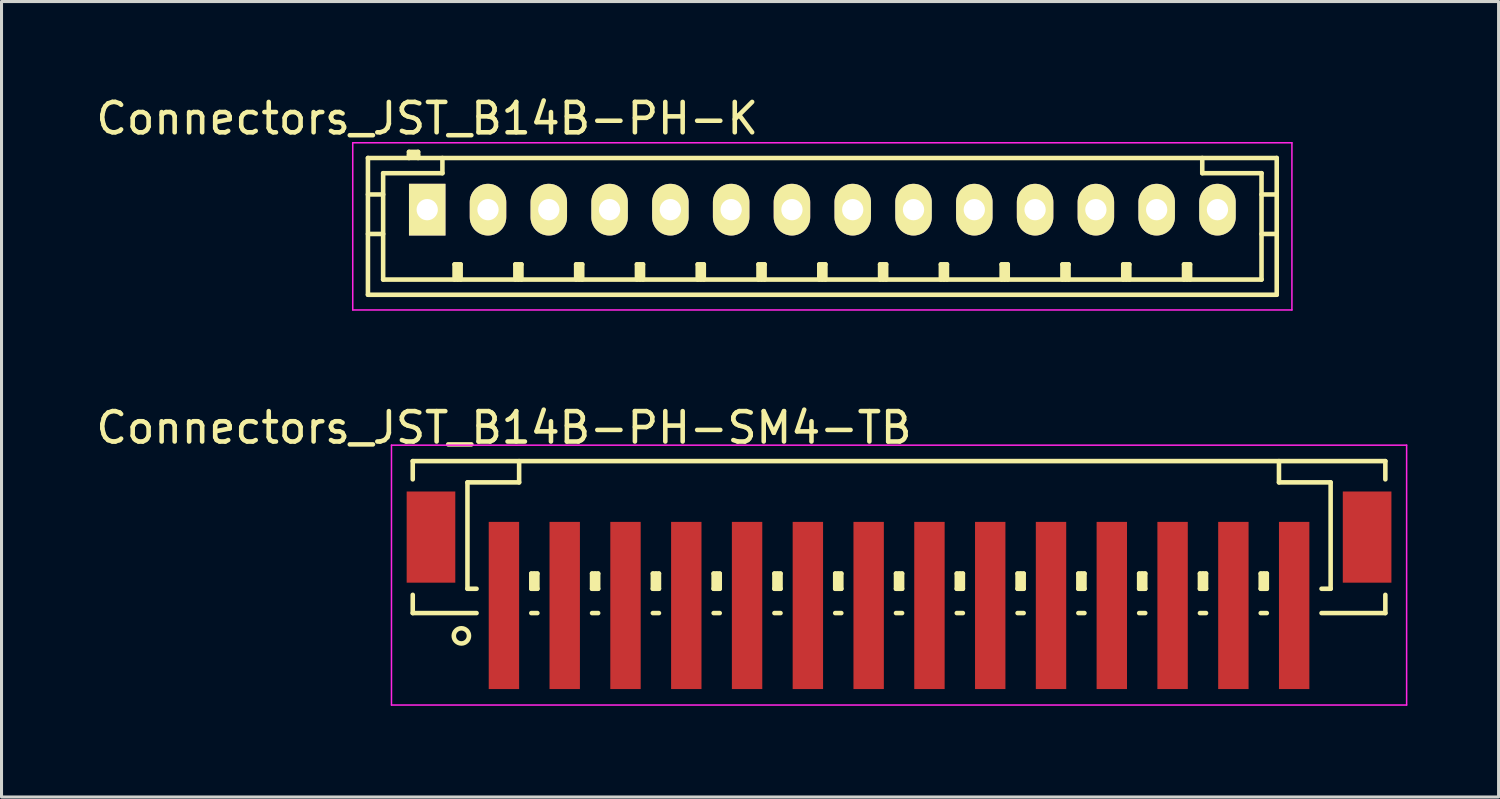
<source format=kicad_pcb>
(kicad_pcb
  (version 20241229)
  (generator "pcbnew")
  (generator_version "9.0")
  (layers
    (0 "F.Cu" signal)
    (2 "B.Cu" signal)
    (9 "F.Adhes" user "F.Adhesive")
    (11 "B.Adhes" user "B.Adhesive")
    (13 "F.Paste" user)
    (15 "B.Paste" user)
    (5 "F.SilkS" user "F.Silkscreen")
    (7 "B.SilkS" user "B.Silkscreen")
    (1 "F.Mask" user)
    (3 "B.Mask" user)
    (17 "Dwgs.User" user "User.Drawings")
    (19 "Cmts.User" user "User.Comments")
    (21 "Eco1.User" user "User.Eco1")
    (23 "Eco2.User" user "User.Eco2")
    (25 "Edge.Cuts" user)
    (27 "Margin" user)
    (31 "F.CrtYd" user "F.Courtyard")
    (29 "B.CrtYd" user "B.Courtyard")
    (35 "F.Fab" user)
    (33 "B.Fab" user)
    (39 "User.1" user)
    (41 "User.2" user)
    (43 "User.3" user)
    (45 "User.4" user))
  (footprint "Connectors_JST_B14B-PH-SM4-TB"
    (layer "F.Cu")
    (at 26.53 15.746)
    (property "Reference" "Connectors_JST_B14B-PH-SM4-TB" (at -13 -4.725 0) (layer "F.SilkS") (effects (font (size 1 1) (thickness 0.15))))
    (attr smd)
    (fp_line (start -16 -3.625) (end 16 -3.625) (stroke (width 0.15) (type solid)) (layer "F.SilkS"))
    (fp_line (start -16 -3.025) (end -16 -3.625) (stroke (width 0.15) (type solid)) (layer "F.SilkS"))
    (fp_line (start -16 0.775) (end -16 1.375) (stroke (width 0.15) (type solid)) (layer "F.SilkS"))
    (fp_line (start -16 1.375) (end -13.9 1.375) (stroke (width 0.15) (type solid)) (layer "F.SilkS"))
    (fp_line (start -14.2 -2.925) (end -14.2 0.575) (stroke (width 0.15) (type solid)) (layer "F.SilkS"))
    (fp_line (start -14.2 0.575) (end -13.9 0.575) (stroke (width 0.15) (type solid)) (layer "F.SilkS"))
    (fp_line (start -12.5 -3.625) (end -12.5 -2.925) (stroke (width 0.15) (type solid)) (layer "F.SilkS"))
    (fp_line (start -12.5 -2.925) (end -14.2 -2.925) (stroke (width 0.15) (type solid)) (layer "F.SilkS"))
    (fp_line (start -12.1 0.075) (end -11.9 0.075) (stroke (width 0.15) (type solid)) (layer "F.SilkS"))
    (fp_line (start -12.1 0.575) (end -12.1 0.075) (stroke (width 0.15) (type solid)) (layer "F.SilkS"))
    (fp_line (start -12.1 0.575) (end -11.9 0.575) (stroke (width 0.15) (type solid)) (layer "F.SilkS"))
    (fp_line (start -12.1 1.375) (end -11.9 1.375) (stroke (width 0.15) (type solid)) (layer "F.SilkS"))
    (fp_line (start -12 0.575) (end -12 0.075) (stroke (width 0.15) (type solid)) (layer "F.SilkS"))
    (fp_line (start -11.9 0.075) (end -11.9 0.575) (stroke (width 0.15) (type solid)) (layer "F.SilkS"))
    (fp_line (start -10.1 0.075) (end -9.9 0.075) (stroke (width 0.15) (type solid)) (layer "F.SilkS"))
    (fp_line (start -10.1 0.575) (end -10.1 0.075) (stroke (width 0.15) (type solid)) (layer "F.SilkS"))
    (fp_line (start -10.1 0.575) (end -9.9 0.575) (stroke (width 0.15) (type solid)) (layer "F.SilkS"))
    (fp_line (start -10.1 1.375) (end -9.9 1.375) (stroke (width 0.15) (type solid)) (layer "F.SilkS"))
    (fp_line (start -10 0.575) (end -10 0.075) (stroke (width 0.15) (type solid)) (layer "F.SilkS"))
    (fp_line (start -9.9 0.075) (end -9.9 0.575) (stroke (width 0.15) (type solid)) (layer "F.SilkS"))
    (fp_line (start -8.1 0.075) (end -7.9 0.075) (stroke (width 0.15) (type solid)) (layer "F.SilkS"))
    (fp_line (start -8.1 0.575) (end -8.1 0.075) (stroke (width 0.15) (type solid)) (layer "F.SilkS"))
    (fp_line (start -8.1 0.575) (end -7.9 0.575) (stroke (width 0.15) (type solid)) (layer "F.SilkS"))
    (fp_line (start -8.1 1.375) (end -7.9 1.375) (stroke (width 0.15) (type solid)) (layer "F.SilkS"))
    (fp_line (start -8 0.575) (end -8 0.075) (stroke (width 0.15) (type solid)) (layer "F.SilkS"))
    (fp_line (start -7.9 0.075) (end -7.9 0.575) (stroke (width 0.15) (type solid)) (layer "F.SilkS"))
    (fp_line (start -6.1 0.075) (end -5.9 0.075) (stroke (width 0.15) (type solid)) (layer "F.SilkS"))
    (fp_line (start -6.1 0.575) (end -6.1 0.075) (stroke (width 0.15) (type solid)) (layer "F.SilkS"))
    (fp_line (start -6.1 0.575) (end -5.9 0.575) (stroke (width 0.15) (type solid)) (layer "F.SilkS"))
    (fp_line (start -6.1 1.375) (end -5.9 1.375) (stroke (width 0.15) (type solid)) (layer "F.SilkS"))
    (fp_line (start -6 0.575) (end -6 0.075) (stroke (width 0.15) (type solid)) (layer "F.SilkS"))
    (fp_line (start -5.9 0.075) (end -5.9 0.575) (stroke (width 0.15) (type solid)) (layer "F.SilkS"))
    (fp_line (start -4.1 0.075) (end -3.9 0.075) (stroke (width 0.15) (type solid)) (layer "F.SilkS"))
    (fp_line (start -4.1 0.575) (end -4.1 0.075) (stroke (width 0.15) (type solid)) (layer "F.SilkS"))
    (fp_line (start -4.1 0.575) (end -3.9 0.575) (stroke (width 0.15) (type solid)) (layer "F.SilkS"))
    (fp_line (start -4.1 1.375) (end -3.9 1.375) (stroke (width 0.15) (type solid)) (layer "F.SilkS"))
    (fp_line (start -4 0.575) (end -4 0.075) (stroke (width 0.15) (type solid)) (layer "F.SilkS"))
    (fp_line (start -3.9 0.075) (end -3.9 0.575) (stroke (width 0.15) (type solid)) (layer "F.SilkS"))
    (fp_line (start -2.1 0.075) (end -1.9 0.075) (stroke (width 0.15) (type solid)) (layer "F.SilkS"))
    (fp_line (start -2.1 0.575) (end -2.1 0.075) (stroke (width 0.15) (type solid)) (layer "F.SilkS"))
    (fp_line (start -2.1 0.575) (end -1.9 0.575) (stroke (width 0.15) (type solid)) (layer "F.SilkS"))
    (fp_line (start -2.1 1.375) (end -1.9 1.375) (stroke (width 0.15) (type solid)) (layer "F.SilkS"))
    (fp_line (start -2 0.575) (end -2 0.075) (stroke (width 0.15) (type solid)) (layer "F.SilkS"))
    (fp_line (start -1.9 0.075) (end -1.9 0.575) (stroke (width 0.15) (type solid)) (layer "F.SilkS"))
    (fp_line (start -0.1 0.075) (end 0.1 0.075) (stroke (width 0.15) (type solid)) (layer "F.SilkS"))
    (fp_line (start -0.1 0.575) (end -0.1 0.075) (stroke (width 0.15) (type solid)) (layer "F.SilkS"))
    (fp_line (start -0.1 0.575) (end 0.1 0.575) (stroke (width 0.15) (type solid)) (layer "F.SilkS"))
    (fp_line (start -0.1 1.375) (end 0.1 1.375) (stroke (width 0.15) (type solid)) (layer "F.SilkS"))
    (fp_line (start 0 0.575) (end 0 0.075) (stroke (width 0.15) (type solid)) (layer "F.SilkS"))
    (fp_line (start 0.1 0.075) (end 0.1 0.575) (stroke (width 0.15) (type solid)) (layer "F.SilkS"))
    (fp_line (start 1.9 0.075) (end 2.1 0.075) (stroke (width 0.15) (type solid)) (layer "F.SilkS"))
    (fp_line (start 1.9 0.575) (end 1.9 0.075) (stroke (width 0.15) (type solid)) (layer "F.SilkS"))
    (fp_line (start 1.9 0.575) (end 2.1 0.575) (stroke (width 0.15) (type solid)) (layer "F.SilkS"))
    (fp_line (start 1.9 1.375) (end 2.1 1.375) (stroke (width 0.15) (type solid)) (layer "F.SilkS"))
    (fp_line (start 2 0.575) (end 2 0.075) (stroke (width 0.15) (type solid)) (layer "F.SilkS"))
    (fp_line (start 2.1 0.075) (end 2.1 0.575) (stroke (width 0.15) (type solid)) (layer "F.SilkS"))
    (fp_line (start 3.9 0.075) (end 4.1 0.075) (stroke (width 0.15) (type solid)) (layer "F.SilkS"))
    (fp_line (start 3.9 0.575) (end 3.9 0.075) (stroke (width 0.15) (type solid)) (layer "F.SilkS"))
    (fp_line (start 3.9 0.575) (end 4.1 0.575) (stroke (width 0.15) (type solid)) (layer "F.SilkS"))
    (fp_line (start 3.9 1.375) (end 4.1 1.375) (stroke (width 0.15) (type solid)) (layer "F.SilkS"))
    (fp_line (start 4 0.575) (end 4 0.075) (stroke (width 0.15) (type solid)) (layer "F.SilkS"))
    (fp_line (start 4.1 0.075) (end 4.1 0.575) (stroke (width 0.15) (type solid)) (layer "F.SilkS"))
    (fp_line (start 5.9 0.075) (end 6.1 0.075) (stroke (width 0.15) (type solid)) (layer "F.SilkS"))
    (fp_line (start 5.9 0.575) (end 5.9 0.075) (stroke (width 0.15) (type solid)) (layer "F.SilkS"))
    (fp_line (start 5.9 0.575) (end 6.1 0.575) (stroke (width 0.15) (type solid)) (layer "F.SilkS"))
    (fp_line (start 5.9 1.375) (end 6.1 1.375) (stroke (width 0.15) (type solid)) (layer "F.SilkS"))
    (fp_line (start 6 0.575) (end 6 0.075) (stroke (width 0.15) (type solid)) (layer "F.SilkS"))
    (fp_line (start 6.1 0.075) (end 6.1 0.575) (stroke (width 0.15) (type solid)) (layer "F.SilkS"))
    (fp_line (start 7.9 0.075) (end 8.1 0.075) (stroke (width 0.15) (type solid)) (layer "F.SilkS"))
    (fp_line (start 7.9 0.575) (end 7.9 0.075) (stroke (width 0.15) (type solid)) (layer "F.SilkS"))
    (fp_line (start 7.9 0.575) (end 8.1 0.575) (stroke (width 0.15) (type solid)) (layer "F.SilkS"))
    (fp_line (start 7.9 1.375) (end 8.1 1.375) (stroke (width 0.15) (type solid)) (layer "F.SilkS"))
    (fp_line (start 8 0.575) (end 8 0.075) (stroke (width 0.15) (type solid)) (layer "F.SilkS"))
    (fp_line (start 8.1 0.075) (end 8.1 0.575) (stroke (width 0.15) (type solid)) (layer "F.SilkS"))
    (fp_line (start 9.9 0.075) (end 10.1 0.075) (stroke (width 0.15) (type solid)) (layer "F.SilkS"))
    (fp_line (start 9.9 0.575) (end 9.9 0.075) (stroke (width 0.15) (type solid)) (layer "F.SilkS"))
    (fp_line (start 9.9 0.575) (end 10.1 0.575) (stroke (width 0.15) (type solid)) (layer "F.SilkS"))
    (fp_line (start 9.9 1.375) (end 10.1 1.375) (stroke (width 0.15) (type solid)) (layer "F.SilkS"))
    (fp_line (start 10 0.575) (end 10 0.075) (stroke (width 0.15) (type solid)) (layer "F.SilkS"))
    (fp_line (start 10.1 0.075) (end 10.1 0.575) (stroke (width 0.15) (type solid)) (layer "F.SilkS"))
    (fp_line (start 11.9 0.075) (end 12.1 0.075) (stroke (width 0.15) (type solid)) (layer "F.SilkS"))
    (fp_line (start 11.9 0.575) (end 11.9 0.075) (stroke (width 0.15) (type solid)) (layer "F.SilkS"))
    (fp_line (start 11.9 0.575) (end 12.1 0.575) (stroke (width 0.15) (type solid)) (layer "F.SilkS"))
    (fp_line (start 11.9 1.375) (end 12.1 1.375) (stroke (width 0.15) (type solid)) (layer "F.SilkS"))
    (fp_line (start 12 0.575) (end 12 0.075) (stroke (width 0.15) (type solid)) (layer "F.SilkS"))
    (fp_line (start 12.1 0.075) (end 12.1 0.575) (stroke (width 0.15) (type solid)) (layer "F.SilkS"))
    (fp_line (start 12.5 -3.625) (end 12.5 -2.925) (stroke (width 0.15) (type solid)) (layer "F.SilkS"))
    (fp_line (start 12.5 -2.925) (end 14.2 -2.925) (stroke (width 0.15) (type solid)) (layer "F.SilkS"))
    (fp_line (start 14.2 -2.925) (end 14.2 0.575) (stroke (width 0.15) (type solid)) (layer "F.SilkS"))
    (fp_line (start 14.2 0.575) (end 13.9 0.575) (stroke (width 0.15) (type solid)) (layer "F.SilkS"))
    (fp_line (start 16 -3.625) (end 16 -3.025) (stroke (width 0.15) (type solid)) (layer "F.SilkS"))
    (fp_line (start 16 0.775) (end 16 1.375) (stroke (width 0.15) (type solid)) (layer "F.SilkS"))
    (fp_line (start 16 1.375) (end 13.9 1.375) (stroke (width 0.15) (type solid)) (layer "F.SilkS"))
    (fp_circle (center -14.4 2.125) (end -14.15 2.125) (stroke (width 0.15) (type solid)) (fill no) (layer "F.SilkS"))
    (fp_line (start -16.7 -4.15) (end 16.7 -4.15) (stroke (width 0.05) (type solid)) (layer "F.CrtYd"))
    (fp_line (start -16.7 4.4) (end -16.7 -4.15) (stroke (width 0.05) (type solid)) (layer "F.CrtYd"))
    (fp_line (start 16.7 -4.15) (end 16.7 4.4) (stroke (width 0.05) (type solid)) (layer "F.CrtYd"))
    (fp_line (start 16.7 4.4) (end -16.7 4.4) (stroke (width 0.05) (type solid)) (layer "F.CrtYd"))
    (pad "" smd rect (at -15.4 -1.125) (size 1.6 3) (layers "F.Cu" "F.Mask" "F.Paste"))
    (pad "" smd rect (at 15.4 -1.125) (size 1.6 3) (layers "F.Cu" "F.Mask" "F.Paste"))
    (pad "1" smd rect (at -13 1.125) (size 1 5.5) (layers "F.Cu" "F.Mask" "F.Paste"))
    (pad "2" smd rect (at -11 1.125) (size 1 5.5) (layers "F.Cu" "F.Mask" "F.Paste"))
    (pad "3" smd rect (at -9 1.125) (size 1 5.5) (layers "F.Cu" "F.Mask" "F.Paste"))
    (pad "4" smd rect (at -7 1.125) (size 1 5.5) (layers "F.Cu" "F.Mask" "F.Paste"))
    (pad "5" smd rect (at -5 1.125) (size 1 5.5) (layers "F.Cu" "F.Mask" "F.Paste"))
    (pad "6" smd rect (at -3 1.125) (size 1 5.5) (layers "F.Cu" "F.Mask" "F.Paste"))
    (pad "7" smd rect (at -1 1.125) (size 1 5.5) (layers "F.Cu" "F.Mask" "F.Paste"))
    (pad "8" smd rect (at 1 1.125) (size 1 5.5) (layers "F.Cu" "F.Mask" "F.Paste"))
    (pad "9" smd rect (at 3 1.125) (size 1 5.5) (layers "F.Cu" "F.Mask" "F.Paste"))
    (pad "10" smd rect (at 5 1.125) (size 1 5.5) (layers "F.Cu" "F.Mask" "F.Paste"))
    (pad "11" smd rect (at 7 1.125) (size 1 5.5) (layers "F.Cu" "F.Mask" "F.Paste"))
    (pad "12" smd rect (at 9 1.125) (size 1 5.5) (layers "F.Cu" "F.Mask" "F.Paste"))
    (pad "13" smd rect (at 11 1.125) (size 1 5.5) (layers "F.Cu" "F.Mask" "F.Paste"))
    (pad "14" smd rect (at 13 1.125) (size 1 5.5) (layers "F.Cu" "F.Mask" "F.Paste")))
  (footprint "Connectors_JST_B14B-PH-K"
    (layer "F.Cu")
    (at 11.006 3.848)
    (property "Reference" "Connectors_JST_B14B-PH-K" (at 0 -3 0) (layer "F.SilkS") (effects (font (size 1 1) (thickness 0.15))))
    (attr through_hole)
    (fp_line (start -1.95 -1.7) (end 27.95 -1.7) (stroke (width 0.15) (type solid)) (layer "F.SilkS"))
    (fp_line (start -1.95 -0.5) (end -1.45 -0.5) (stroke (width 0.15) (type solid)) (layer "F.SilkS"))
    (fp_line (start -1.95 0.8) (end -1.45 0.8) (stroke (width 0.15) (type solid)) (layer "F.SilkS"))
    (fp_line (start -1.95 2.8) (end -1.95 -1.7) (stroke (width 0.15) (type solid)) (layer "F.SilkS"))
    (fp_line (start -1.45 -1.2) (end -1.45 2.3) (stroke (width 0.15) (type solid)) (layer "F.SilkS"))
    (fp_line (start -1.45 2.3) (end 27.45 2.3) (stroke (width 0.15) (type solid)) (layer "F.SilkS"))
    (fp_line (start -0.6 -1.9) (end -0.6 -1.7) (stroke (width 0.15) (type solid)) (layer "F.SilkS"))
    (fp_line (start -0.3 -1.9) (end -0.6 -1.9) (stroke (width 0.15) (type solid)) (layer "F.SilkS"))
    (fp_line (start -0.3 -1.8) (end -0.6 -1.8) (stroke (width 0.15) (type solid)) (layer "F.SilkS"))
    (fp_line (start -0.3 -1.7) (end -0.3 -1.9) (stroke (width 0.15) (type solid)) (layer "F.SilkS"))
    (fp_line (start 0.5 -1.7) (end 0.5 -1.2) (stroke (width 0.15) (type solid)) (layer "F.SilkS"))
    (fp_line (start 0.5 -1.2) (end -1.45 -1.2) (stroke (width 0.15) (type solid)) (layer "F.SilkS"))
    (fp_line (start 0.9 1.8) (end 1.1 1.8) (stroke (width 0.15) (type solid)) (layer "F.SilkS"))
    (fp_line (start 0.9 2.3) (end 0.9 1.8) (stroke (width 0.15) (type solid)) (layer "F.SilkS"))
    (fp_line (start 1 2.3) (end 1 1.8) (stroke (width 0.15) (type solid)) (layer "F.SilkS"))
    (fp_line (start 1.1 1.8) (end 1.1 2.3) (stroke (width 0.15) (type solid)) (layer "F.SilkS"))
    (fp_line (start 2.9 1.8) (end 3.1 1.8) (stroke (width 0.15) (type solid)) (layer "F.SilkS"))
    (fp_line (start 2.9 2.3) (end 2.9 1.8) (stroke (width 0.15) (type solid)) (layer "F.SilkS"))
    (fp_line (start 3 2.3) (end 3 1.8) (stroke (width 0.15) (type solid)) (layer "F.SilkS"))
    (fp_line (start 3.1 1.8) (end 3.1 2.3) (stroke (width 0.15) (type solid)) (layer "F.SilkS"))
    (fp_line (start 4.9 1.8) (end 5.1 1.8) (stroke (width 0.15) (type solid)) (layer "F.SilkS"))
    (fp_line (start 4.9 2.3) (end 4.9 1.8) (stroke (width 0.15) (type solid)) (layer "F.SilkS"))
    (fp_line (start 5 2.3) (end 5 1.8) (stroke (width 0.15) (type solid)) (layer "F.SilkS"))
    (fp_line (start 5.1 1.8) (end 5.1 2.3) (stroke (width 0.15) (type solid)) (layer "F.SilkS"))
    (fp_line (start 6.9 1.8) (end 7.1 1.8) (stroke (width 0.15) (type solid)) (layer "F.SilkS"))
    (fp_line (start 6.9 2.3) (end 6.9 1.8) (stroke (width 0.15) (type solid)) (layer "F.SilkS"))
    (fp_line (start 7 2.3) (end 7 1.8) (stroke (width 0.15) (type solid)) (layer "F.SilkS"))
    (fp_line (start 7.1 1.8) (end 7.1 2.3) (stroke (width 0.15) (type solid)) (layer "F.SilkS"))
    (fp_line (start 8.9 1.8) (end 9.1 1.8) (stroke (width 0.15) (type solid)) (layer "F.SilkS"))
    (fp_line (start 8.9 2.3) (end 8.9 1.8) (stroke (width 0.15) (type solid)) (layer "F.SilkS"))
    (fp_line (start 9 2.3) (end 9 1.8) (stroke (width 0.15) (type solid)) (layer "F.SilkS"))
    (fp_line (start 9.1 1.8) (end 9.1 2.3) (stroke (width 0.15) (type solid)) (layer "F.SilkS"))
    (fp_line (start 10.9 1.8) (end 11.1 1.8) (stroke (width 0.15) (type solid)) (layer "F.SilkS"))
    (fp_line (start 10.9 2.3) (end 10.9 1.8) (stroke (width 0.15) (type solid)) (layer "F.SilkS"))
    (fp_line (start 11 2.3) (end 11 1.8) (stroke (width 0.15) (type solid)) (layer "F.SilkS"))
    (fp_line (start 11.1 1.8) (end 11.1 2.3) (stroke (width 0.15) (type solid)) (layer "F.SilkS"))
    (fp_line (start 12.9 1.8) (end 13.1 1.8) (stroke (width 0.15) (type solid)) (layer "F.SilkS"))
    (fp_line (start 12.9 2.3) (end 12.9 1.8) (stroke (width 0.15) (type solid)) (layer "F.SilkS"))
    (fp_line (start 13 2.3) (end 13 1.8) (stroke (width 0.15) (type solid)) (layer "F.SilkS"))
    (fp_line (start 13.1 1.8) (end 13.1 2.3) (stroke (width 0.15) (type solid)) (layer "F.SilkS"))
    (fp_line (start 14.9 1.8) (end 15.1 1.8) (stroke (width 0.15) (type solid)) (layer "F.SilkS"))
    (fp_line (start 14.9 2.3) (end 14.9 1.8) (stroke (width 0.15) (type solid)) (layer "F.SilkS"))
    (fp_line (start 15 2.3) (end 15 1.8) (stroke (width 0.15) (type solid)) (layer "F.SilkS"))
    (fp_line (start 15.1 1.8) (end 15.1 2.3) (stroke (width 0.15) (type solid)) (layer "F.SilkS"))
    (fp_line (start 16.9 1.8) (end 17.1 1.8) (stroke (width 0.15) (type solid)) (layer "F.SilkS"))
    (fp_line (start 16.9 2.3) (end 16.9 1.8) (stroke (width 0.15) (type solid)) (layer "F.SilkS"))
    (fp_line (start 17 2.3) (end 17 1.8) (stroke (width 0.15) (type solid)) (layer "F.SilkS"))
    (fp_line (start 17.1 1.8) (end 17.1 2.3) (stroke (width 0.15) (type solid)) (layer "F.SilkS"))
    (fp_line (start 18.9 1.8) (end 19.1 1.8) (stroke (width 0.15) (type solid)) (layer "F.SilkS"))
    (fp_line (start 18.9 2.3) (end 18.9 1.8) (stroke (width 0.15) (type solid)) (layer "F.SilkS"))
    (fp_line (start 19 2.3) (end 19 1.8) (stroke (width 0.15) (type solid)) (layer "F.SilkS"))
    (fp_line (start 19.1 1.8) (end 19.1 2.3) (stroke (width 0.15) (type solid)) (layer "F.SilkS"))
    (fp_line (start 20.9 1.8) (end 21.1 1.8) (stroke (width 0.15) (type solid)) (layer "F.SilkS"))
    (fp_line (start 20.9 2.3) (end 20.9 1.8) (stroke (width 0.15) (type solid)) (layer "F.SilkS"))
    (fp_line (start 21 2.3) (end 21 1.8) (stroke (width 0.15) (type solid)) (layer "F.SilkS"))
    (fp_line (start 21.1 1.8) (end 21.1 2.3) (stroke (width 0.15) (type solid)) (layer "F.SilkS"))
    (fp_line (start 22.9 1.8) (end 23.1 1.8) (stroke (width 0.15) (type solid)) (layer "F.SilkS"))
    (fp_line (start 22.9 2.3) (end 22.9 1.8) (stroke (width 0.15) (type solid)) (layer "F.SilkS"))
    (fp_line (start 23 2.3) (end 23 1.8) (stroke (width 0.15) (type solid)) (layer "F.SilkS"))
    (fp_line (start 23.1 1.8) (end 23.1 2.3) (stroke (width 0.15) (type solid)) (layer "F.SilkS"))
    (fp_line (start 24.9 1.8) (end 25.1 1.8) (stroke (width 0.15) (type solid)) (layer "F.SilkS"))
    (fp_line (start 24.9 2.3) (end 24.9 1.8) (stroke (width 0.15) (type solid)) (layer "F.SilkS"))
    (fp_line (start 25 2.3) (end 25 1.8) (stroke (width 0.15) (type solid)) (layer "F.SilkS"))
    (fp_line (start 25.1 1.8) (end 25.1 2.3) (stroke (width 0.15) (type solid)) (layer "F.SilkS"))
    (fp_line (start 25.5 -1.2) (end 25.5 -1.7) (stroke (width 0.15) (type solid)) (layer "F.SilkS"))
    (fp_line (start 27.45 -1.2) (end 25.5 -1.2) (stroke (width 0.15) (type solid)) (layer "F.SilkS"))
    (fp_line (start 27.45 -0.5) (end 27.95 -0.5) (stroke (width 0.15) (type solid)) (layer "F.SilkS"))
    (fp_line (start 27.45 0.8) (end 27.95 0.8) (stroke (width 0.15) (type solid)) (layer "F.SilkS"))
    (fp_line (start 27.45 2.3) (end 27.45 -1.2) (stroke (width 0.15) (type solid)) (layer "F.SilkS"))
    (fp_line (start 27.95 -1.7) (end 27.95 2.8) (stroke (width 0.15) (type solid)) (layer "F.SilkS"))
    (fp_line (start 27.95 2.8) (end -1.95 2.8) (stroke (width 0.15) (type solid)) (layer "F.SilkS"))
    (fp_line (start -2.45 -2.2) (end 28.45 -2.2) (stroke (width 0.05) (type solid)) (layer "F.CrtYd"))
    (fp_line (start -2.45 3.3) (end -2.45 -2.2) (stroke (width 0.05) (type solid)) (layer "F.CrtYd"))
    (fp_line (start 28.45 -2.2) (end 28.45 3.3) (stroke (width 0.05) (type solid)) (layer "F.CrtYd"))
    (fp_line (start 28.45 3.3) (end -2.45 3.3) (stroke (width 0.05) (type solid)) (layer "F.CrtYd"))
    (pad "1" thru_hole rect (at 0 0) (size 1.2 1.7) (drill 0.7) (layers "*.Cu" "*.Mask" "F.SilkS"))
    (pad "2" thru_hole oval (at 2 0) (size 1.2 1.7) (drill 0.7) (layers "*.Cu" "*.Mask" "F.SilkS"))
    (pad "3" thru_hole oval (at 4 0) (size 1.2 1.7) (drill 0.7) (layers "*.Cu" "*.Mask" "F.SilkS"))
    (pad "4" thru_hole oval (at 6 0) (size 1.2 1.7) (drill 0.7) (layers "*.Cu" "*.Mask" "F.SilkS"))
    (pad "5" thru_hole oval (at 8 0) (size 1.2 1.7) (drill 0.7) (layers "*.Cu" "*.Mask" "F.SilkS"))
    (pad "6" thru_hole oval (at 10 0) (size 1.2 1.7) (drill 0.7) (layers "*.Cu" "*.Mask" "F.SilkS"))
    (pad "7" thru_hole oval (at 12 0) (size 1.2 1.7) (drill 0.7) (layers "*.Cu" "*.Mask" "F.SilkS"))
    (pad "8" thru_hole oval (at 14 0) (size 1.2 1.7) (drill 0.7) (layers "*.Cu" "*.Mask" "F.SilkS"))
    (pad "9" thru_hole oval (at 16 0) (size 1.2 1.7) (drill 0.7) (layers "*.Cu" "*.Mask" "F.SilkS"))
    (pad "10" thru_hole oval (at 18 0) (size 1.2 1.7) (drill 0.7) (layers "*.Cu" "*.Mask" "F.SilkS"))
    (pad "11" thru_hole oval (at 20 0) (size 1.2 1.7) (drill 0.7) (layers "*.Cu" "*.Mask" "F.SilkS"))
    (pad "12" thru_hole oval (at 22 0) (size 1.2 1.7) (drill 0.7) (layers "*.Cu" "*.Mask" "F.SilkS"))
    (pad "13" thru_hole oval (at 24 0) (size 1.2 1.7) (drill 0.7) (layers "*.Cu" "*.Mask" "F.SilkS"))
    (pad "14" thru_hole oval (at 26 0) (size 1.2 1.7) (drill 0.7) (layers "*.Cu" "*.Mask" "F.SilkS")))
  (gr_rect
    (start -3 -3)
    (end 46.255 23.172)
    (stroke (width 0.1) (type default))
    (fill no)
    (layer "Edge.Cuts")))
</source>
